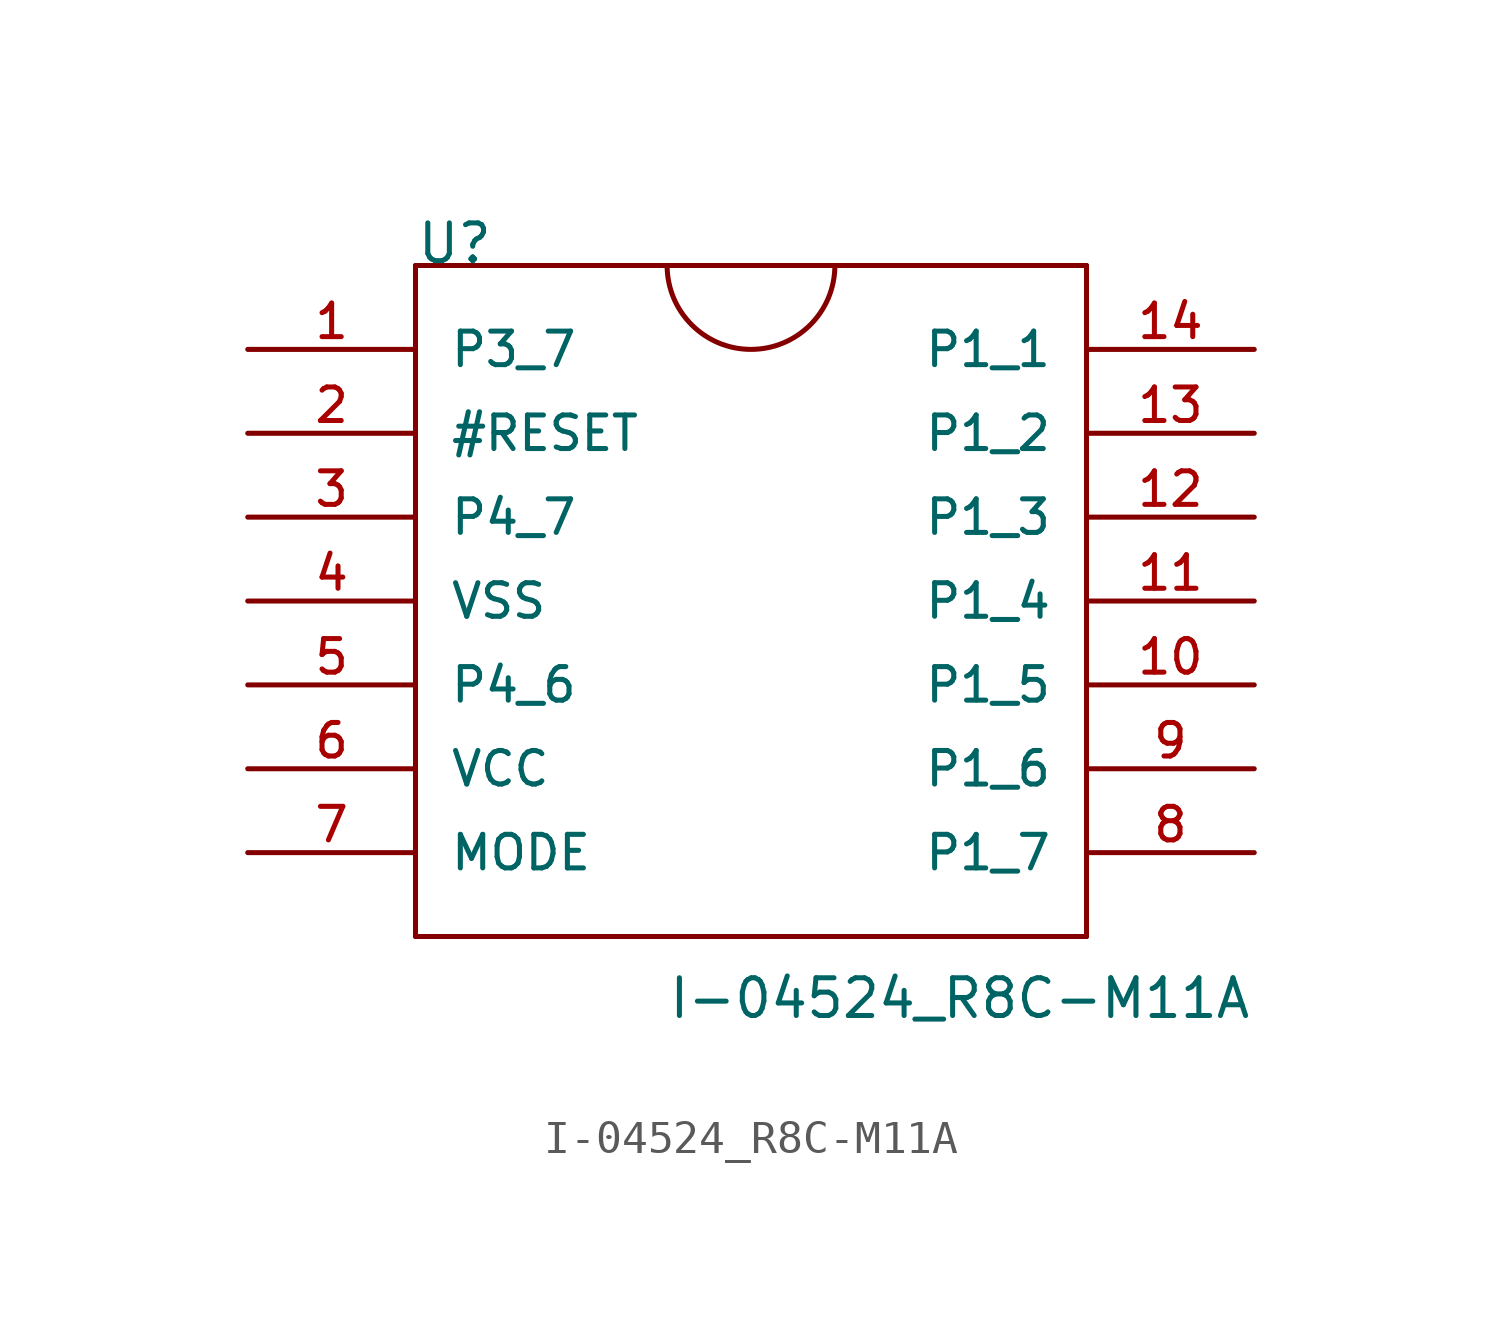
<source format=kicad_sym>
(kicad_symbol_lib
  (version 20211014)
  (generator kicad_symbol_editor)
  (symbol "I-04524_R8C-M11A"
    (pin_names
      (offset 1.016))
    (property "Reference" "U"
      (at -10.16 12.7 0)
      (effects (font (size 1.143 1.143)) (justify left bottom)))
    (property "Value" "I-04524_R8C-M11A"
      (at -2.54 -10.16 0)
      (effects (font (size 1.143 1.143)) (justify left bottom)))
    (property "ki_locked" ""
      (at 0 0 0)
      (effects (font (size 1.27 1.27))))
    (symbol "I-04524_R8C-M11A_1_0"
      (polyline (pts (xy -10.16 -7.62) (xy -10.16 12.7)) (stroke (width 0) (type default) (color 0 0 0 0)) (fill (type none)))
      (polyline (pts (xy -10.16 12.7) (xy -2.54 12.7)) (stroke (width 0) (type default) (color 0 0 0 0)) (fill (type none)))
      (polyline (pts (xy -2.54 12.7) (xy 2.54 12.7)) (stroke (width 0) (type default) (color 0 0 0 0)) (fill (type none)))
      (polyline (pts (xy 2.54 12.7) (xy 10.16 12.7)) (stroke (width 0) (type default) (color 0 0 0 0)) (fill (type none)))
      (polyline (pts (xy 10.16 -7.62) (xy -10.16 -7.62)) (stroke (width 0) (type default) (color 0 0 0 0)) (fill (type none)))
      (polyline (pts (xy 10.16 12.7) (xy 10.16 -7.62)) (stroke (width 0) (type default) (color 0 0 0 0)) (fill (type none))))
    (symbol "I-04524_R8C-M11A_1_1"
      (arc (start -2.54 12.7) (mid 0 10.16) (end 2.54 12.7) (stroke (width 0) (type default) (color 0 0 0 0)) (fill (type none)))
      (pin bidirectional line (at -15.24 10.16 0) (length 5.08) (name "P3_7" (effects (font (size 1.016 1.016)))) (number "1" (effects (font (size 1.016 1.016)))))
      (pin bidirectional line (at 15.24 0 180) (length 5.08) (name "P1_5" (effects (font (size 1.016 1.016)))) (number "10" (effects (font (size 1.016 1.016)))))
      (pin bidirectional line (at 15.24 2.54 180) (length 5.08) (name "P1_4" (effects (font (size 1.016 1.016)))) (number "11" (effects (font (size 1.016 1.016)))))
      (pin bidirectional line (at 15.24 5.08 180) (length 5.08) (name "P1_3" (effects (font (size 1.016 1.016)))) (number "12" (effects (font (size 1.016 1.016)))))
      (pin bidirectional line (at 15.24 7.62 180) (length 5.08) (name "P1_2" (effects (font (size 1.016 1.016)))) (number "13" (effects (font (size 1.016 1.016)))))
      (pin bidirectional line (at 15.24 10.16 180) (length 5.08) (name "P1_1" (effects (font (size 1.016 1.016)))) (number "14" (effects (font (size 1.016 1.016)))))
      (pin bidirectional line (at -15.24 7.62 0) (length 5.08) (name "#RESET" (effects (font (size 1.016 1.016)))) (number "2" (effects (font (size 1.016 1.016)))))
      (pin bidirectional line (at -15.24 5.08 0) (length 5.08) (name "P4_7" (effects (font (size 1.016 1.016)))) (number "3" (effects (font (size 1.016 1.016)))))
      (pin bidirectional line (at -15.24 2.54 0) (length 5.08) (name "VSS" (effects (font (size 1.016 1.016)))) (number "4" (effects (font (size 1.016 1.016)))))
      (pin bidirectional line (at -15.24 0 0) (length 5.08) (name "P4_6" (effects (font (size 1.016 1.016)))) (number "5" (effects (font (size 1.016 1.016)))))
      (pin bidirectional line (at -15.24 -2.54 0) (length 5.08) (name "VCC" (effects (font (size 1.016 1.016)))) (number "6" (effects (font (size 1.016 1.016)))))
      (pin bidirectional line (at -15.24 -5.08 0) (length 5.08) (name "MODE" (effects (font (size 1.016 1.016)))) (number "7" (effects (font (size 1.016 1.016)))))
      (pin bidirectional line (at 15.24 -5.08 180) (length 5.08) (name "P1_7" (effects (font (size 1.016 1.016)))) (number "8" (effects (font (size 1.016 1.016)))))
      (pin bidirectional line (at 15.24 -2.54 180) (length 5.08) (name "P1_6" (effects (font (size 1.016 1.016)))) (number "9" (effects (font (size 1.016 1.016))))))))
</source>
